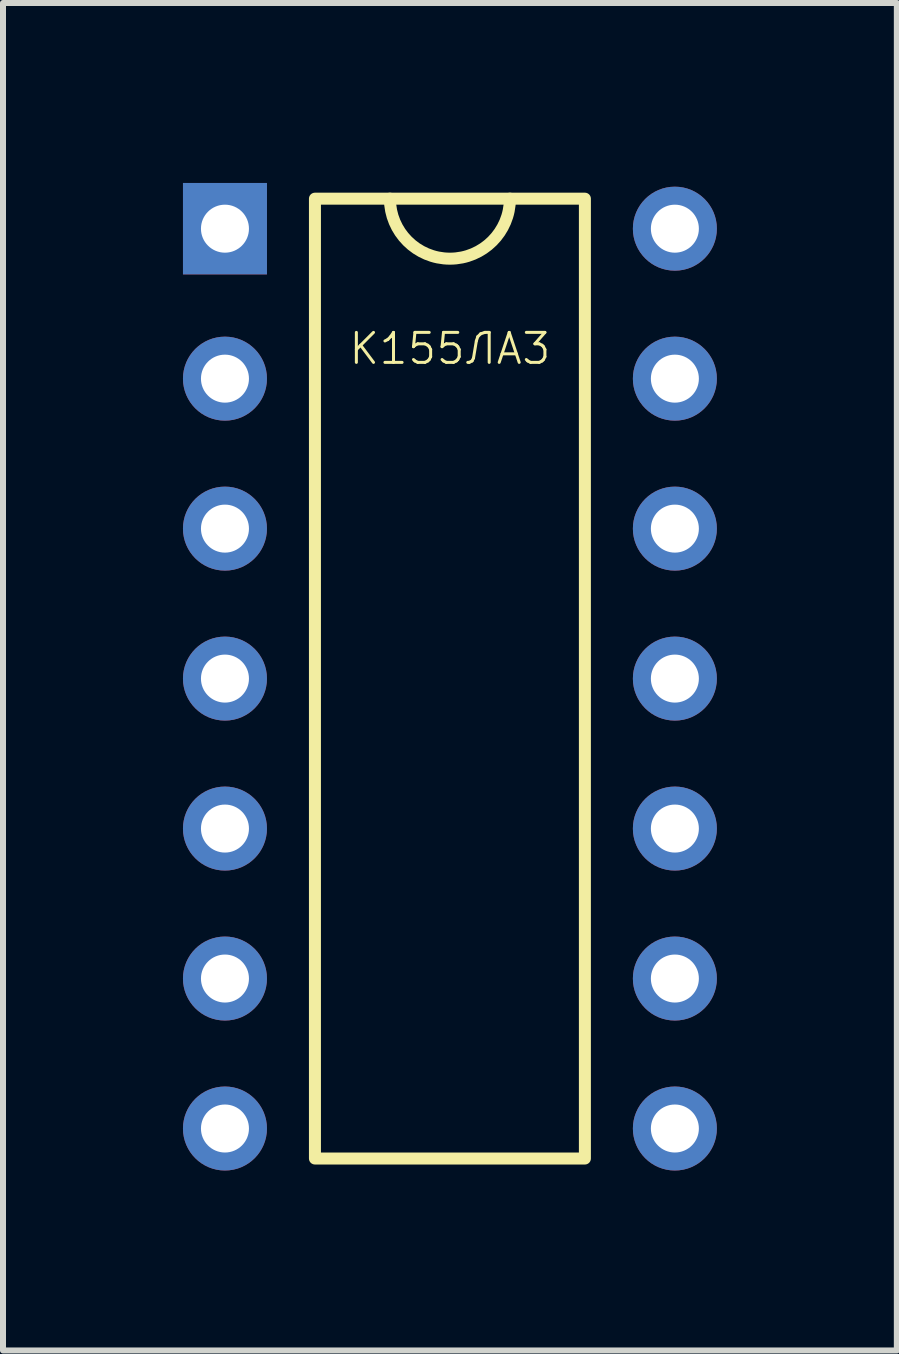
<source format=kicad_pcb>
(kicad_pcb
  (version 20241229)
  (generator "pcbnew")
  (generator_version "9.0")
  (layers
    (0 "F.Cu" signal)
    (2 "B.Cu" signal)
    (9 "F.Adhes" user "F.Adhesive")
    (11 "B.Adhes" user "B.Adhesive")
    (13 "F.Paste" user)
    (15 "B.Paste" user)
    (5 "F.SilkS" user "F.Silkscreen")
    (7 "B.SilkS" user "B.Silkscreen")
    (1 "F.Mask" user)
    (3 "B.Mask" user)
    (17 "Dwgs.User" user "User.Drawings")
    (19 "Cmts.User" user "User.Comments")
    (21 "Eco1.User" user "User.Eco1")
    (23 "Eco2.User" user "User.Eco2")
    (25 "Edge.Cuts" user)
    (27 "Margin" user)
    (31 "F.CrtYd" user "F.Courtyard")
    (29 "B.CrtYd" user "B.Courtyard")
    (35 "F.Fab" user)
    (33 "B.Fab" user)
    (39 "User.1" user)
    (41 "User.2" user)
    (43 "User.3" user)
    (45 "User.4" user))
  (footprint "К155ЛА3"
    (layer "F.Cu")
    (at 4.45 8.262)
    (property "Reference" "К155ЛА3" (at 0 -5.5 0) (unlocked yes) (layer "F.SilkS") (effects (font (size 0.5 0.5) (thickness 0.05))))
    (attr through_hole)
    (fp_rect (start -2.25 8) (end 2.25 -8) (stroke (width 0.2) (type default)) (fill no) (layer "F.SilkS"))
    (fp_arc (start 1 -8) (mid 0 -7) (end -1 -8) (stroke (width 0.2) (type default)) (layer "F.SilkS"))
    (pad "1" thru_hole rect (at -3.75 -7.5) (size 1.4 1.524) (drill 0.8) (layers "*.Cu" "*.Mask"))
    (pad "2" thru_hole circle (at -3.75 -5) (size 1.4 1.4) (drill 0.8) (layers "*.Cu" "*.Mask"))
    (pad "3" thru_hole circle (at -3.75 -2.5) (size 1.4 1.4) (drill 0.8) (layers "*.Cu" "*.Mask"))
    (pad "4" thru_hole circle (at -3.75 0) (size 1.4 1.4) (drill 0.8) (layers "*.Cu" "*.Mask"))
    (pad "5" thru_hole circle (at -3.75 2.5) (size 1.4 1.4) (drill 0.8) (layers "*.Cu" "*.Mask"))
    (pad "6" thru_hole circle (at -3.75 5) (size 1.4 1.4) (drill 0.8) (layers "*.Cu" "*.Mask"))
    (pad "7" thru_hole circle (at -3.75 7.5) (size 1.4 1.4) (drill 0.8) (layers "*.Cu" "*.Mask"))
    (pad "8" thru_hole circle (at 3.75 7.5) (size 1.4 1.4) (drill 0.8) (layers "*.Cu" "*.Mask"))
    (pad "9" thru_hole circle (at 3.75 5) (size 1.4 1.4) (drill 0.8) (layers "*.Cu" "*.Mask"))
    (pad "10" thru_hole circle (at 3.75 2.5) (size 1.4 1.4) (drill 0.8) (layers "*.Cu" "*.Mask"))
    (pad "11" thru_hole circle (at 3.75 0) (size 1.4 1.4) (drill 0.8) (layers "*.Cu" "*.Mask"))
    (pad "12" thru_hole circle (at 3.75 -2.5) (size 1.4 1.4) (drill 0.8) (layers "*.Cu" "*.Mask"))
    (pad "13" thru_hole circle (at 3.75 -5) (size 1.4 1.4) (drill 0.8) (layers "*.Cu" "*.Mask"))
    (pad "14" thru_hole circle (at 3.75 -7.5) (size 1.4 1.4) (drill 0.8) (layers "*.Cu" "*.Mask")))
  (gr_rect
    (start -3 -3)
    (end 11.9 19.462)
    (stroke (width 0.1) (type default))
    (fill no)
    (layer "Edge.Cuts")))
</source>
